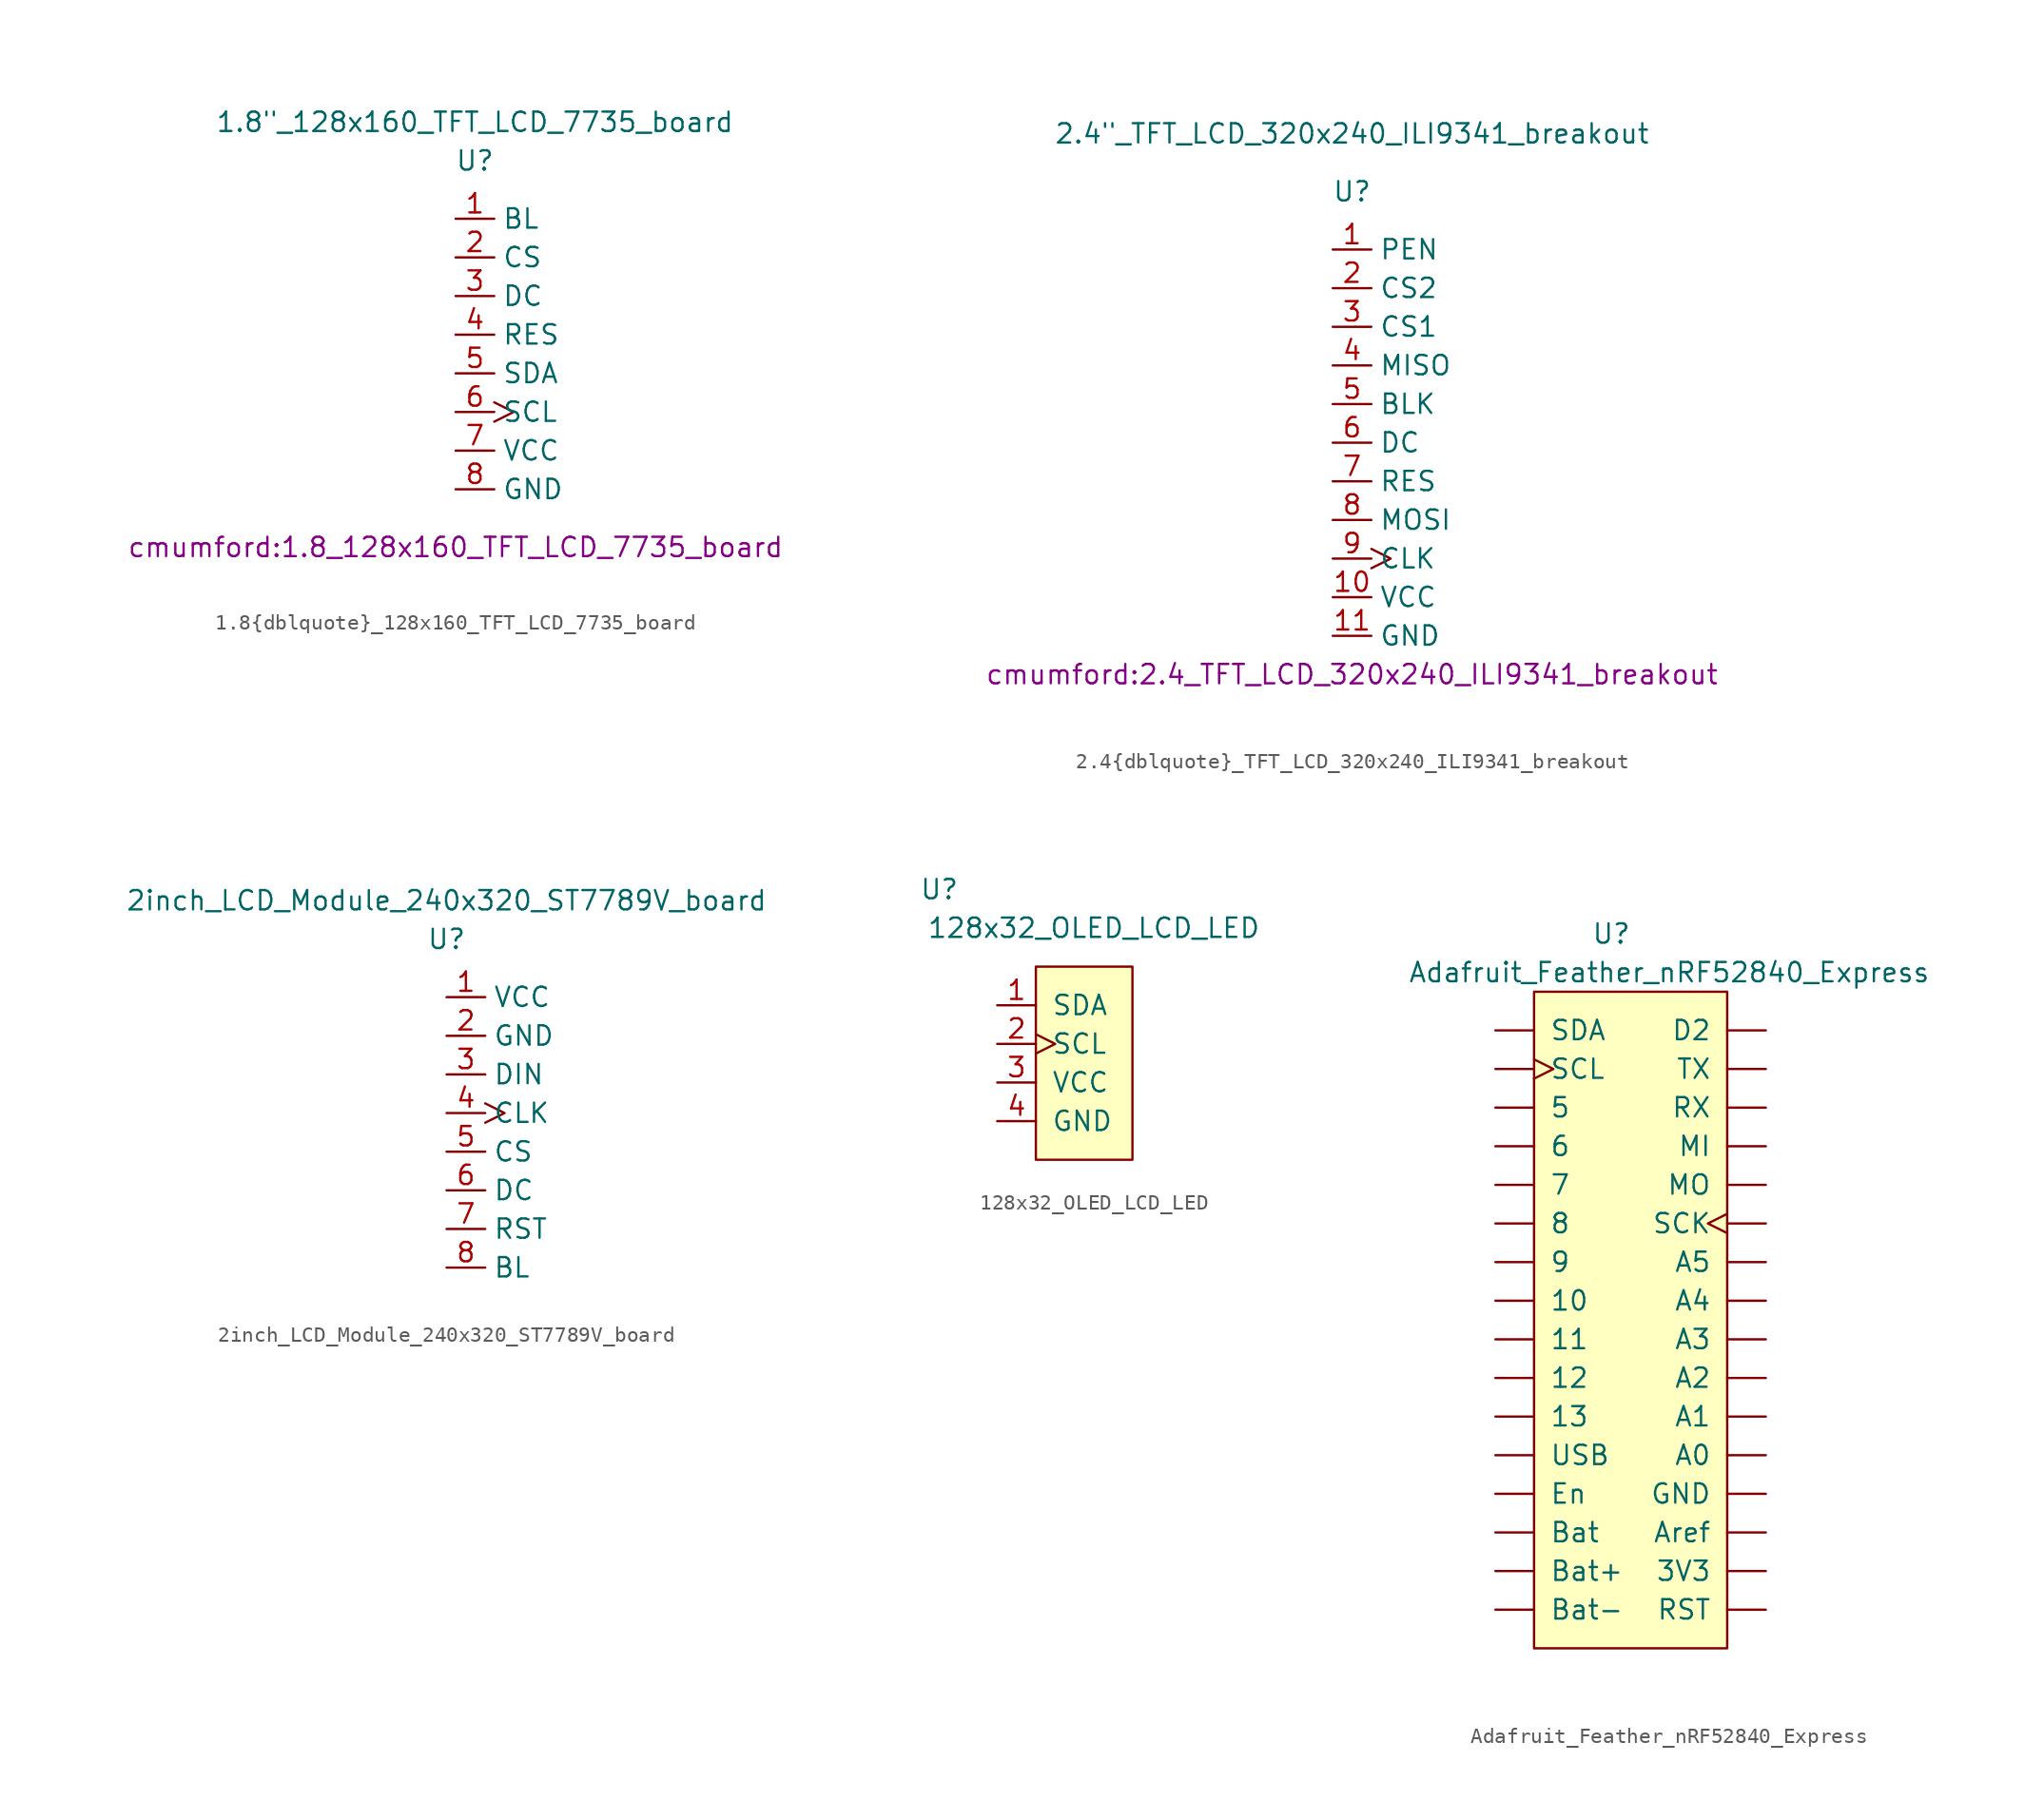
<source format=kicad_sym>
(kicad_symbol_lib
  (version 20211014)
  (generator kicad_symbol_editor)
  (symbol "1.8{dblquote}_128x160_TFT_LCD_7735_board"
    (property "Reference" "U"
      (at 1.27 11.43 0)
      (effects (font (size 1.27 1.27))))
    (property "Value" "1.8{dblquote}_128x160_TFT_LCD_7735_board"
      (at 1.27 13.97 0)
      (effects (font (size 1.27 1.27))))
    (property "Footprint" "cmumford:1.8_128x160_TFT_LCD_7735_board"
      (at 0 -13.97 0)
      (effects (font (size 1.27 1.27))))
    (symbol "1.8{dblquote}_128x160_TFT_LCD_7735_board_0_0"
      (pin passive line (at 0 7.62 0) (length 2.54) (name "BL" (effects (font (size 1.27 1.27)))) (number "1" (effects (font (size 1.27 1.27)))))
      (pin input line (at 0 5.08 0) (length 2.54) (name "CS" (effects (font (size 1.27 1.27)))) (number "2" (effects (font (size 1.27 1.27)))))
      (pin input line (at 0 2.54 0) (length 2.54) (name "DC" (effects (font (size 1.27 1.27)))) (number "3" (effects (font (size 1.27 1.27)))))
      (pin input line (at 0 0 0) (length 2.54) (name "RES" (effects (font (size 1.27 1.27)))) (number "4" (effects (font (size 1.27 1.27)))))
      (pin bidirectional line (at 0 -2.54 0) (length 2.54) (name "SDA" (effects (font (size 1.27 1.27)))) (number "5" (effects (font (size 1.27 1.27)))))
      (pin input clock (at 0 -5.08 0) (length 2.54) (name "SCL" (effects (font (size 1.27 1.27)))) (number "6" (effects (font (size 1.27 1.27)))))
      (pin power_in line (at 0 -7.62 0) (length 2.54) (name "VCC" (effects (font (size 1.27 1.27)))) (number "7" (effects (font (size 1.27 1.27)))))
      (pin power_in line (at 0 -10.16 0) (length 2.54) (name "GND" (effects (font (size 1.27 1.27)))) (number "8" (effects (font (size 1.27 1.27)))))))
  (symbol "2.4{dblquote}_TFT_LCD_320x240_ILI9341_breakout"
    (property "Reference" "U"
      (at 0 16.51 0)
      (effects (font (size 1.27 1.27))))
    (property "Value" "2.4{dblquote}_TFT_LCD_320x240_ILI9341_breakout"
      (at 0 20.32 0)
      (effects (font (size 1.27 1.27))))
    (property "Footprint" "cmumford:2.4_TFT_LCD_320x240_ILI9341_breakout"
      (at 0 -15.24 0)
      (effects (font (size 1.27 1.27))))
    (symbol "2.4{dblquote}_TFT_LCD_320x240_ILI9341_breakout_0_0"
      (pin passive line (at -1.27 12.7 0) (length 2.54) (name "PEN" (effects (font (size 1.27 1.27)))) (number "1" (effects (font (size 1.27 1.27)))))
      (pin power_in line (at -1.27 -10.16 0) (length 2.54) (name "VCC" (effects (font (size 1.27 1.27)))) (number "10" (effects (font (size 1.27 1.27)))))
      (pin power_in line (at -1.27 -12.7 0) (length 2.54) (name "GND" (effects (font (size 1.27 1.27)))) (number "11" (effects (font (size 1.27 1.27)))))
      (pin input line (at -1.27 10.16 0) (length 2.54) (name "CS2" (effects (font (size 1.27 1.27)))) (number "2" (effects (font (size 1.27 1.27)))))
      (pin input line (at -1.27 7.62 0) (length 2.54) (name "CS1" (effects (font (size 1.27 1.27)))) (number "3" (effects (font (size 1.27 1.27)))))
      (pin output line (at -1.27 5.08 0) (length 2.54) (name "MISO" (effects (font (size 1.27 1.27)))) (number "4" (effects (font (size 1.27 1.27)))))
      (pin input line (at -1.27 2.54 0) (length 2.54) (name "BLK" (effects (font (size 1.27 1.27)))) (number "5" (effects (font (size 1.27 1.27)))))
      (pin input line (at -1.27 0 0) (length 2.54) (name "DC" (effects (font (size 1.27 1.27)))) (number "6" (effects (font (size 1.27 1.27)))))
      (pin input line (at -1.27 -2.54 0) (length 2.54) (name "RES" (effects (font (size 1.27 1.27)))) (number "7" (effects (font (size 1.27 1.27)))))
      (pin input line (at -1.27 -5.08 0) (length 2.54) (name "MOSI" (effects (font (size 1.27 1.27)))) (number "8" (effects (font (size 1.27 1.27)))))
      (pin input clock (at -1.27 -7.62 0) (length 2.54) (name "CLK" (effects (font (size 1.27 1.27)))) (number "9" (effects (font (size 1.27 1.27)))))))
  (symbol "2inch_LCD_Module_240x320_ST7789V_board"
    (property "Reference" "U"
      (at 0 3.81 0)
      (effects (font (size 1.27 1.27))))
    (property "Value" "2inch_LCD_Module_240x320_ST7789V_board"
      (at 0 6.35 0)
      (effects (font (size 1.27 1.27))))
    (symbol "2inch_LCD_Module_240x320_ST7789V_board_0_0"
      (pin power_in line (at 0 0 0) (length 2.54) (name "VCC" (effects (font (size 1.27 1.27)))) (number "1" (effects (font (size 1.27 1.27)))))
      (pin power_in line (at 0 -2.54 0) (length 2.54) (name "GND" (effects (font (size 1.27 1.27)))) (number "2" (effects (font (size 1.27 1.27)))))
      (pin input line (at 0 -5.08 0) (length 2.54) (name "DIN" (effects (font (size 1.27 1.27)))) (number "3" (effects (font (size 1.27 1.27)))))
      (pin input clock (at 0 -7.62 0) (length 2.54) (name "CLK" (effects (font (size 1.27 1.27)))) (number "4" (effects (font (size 1.27 1.27)))))
      (pin input line (at 0 -10.16 0) (length 2.54) (name "CS" (effects (font (size 1.27 1.27)))) (number "5" (effects (font (size 1.27 1.27)))))
      (pin input line (at 0 -12.7 0) (length 2.54) (name "DC" (effects (font (size 1.27 1.27)))) (number "6" (effects (font (size 1.27 1.27)))))
      (pin input line (at 0 -15.24 0) (length 2.54) (name "RST" (effects (font (size 1.27 1.27)))) (number "7" (effects (font (size 1.27 1.27)))))
      (pin input line (at 0 -17.78 0) (length 2.54) (name "BL" (effects (font (size 1.27 1.27)))) (number "8" (effects (font (size 1.27 1.27)))))))
  (symbol "128x32_OLED_LCD_LED"
    (pin_names
      (offset 1.016))
    (property "Reference" "U"
      (at -8.89 11.43 0)
      (effects (font (size 1.27 1.27))))
    (property "Value" "128x32_OLED_LCD_LED"
      (at 1.27 8.89 0)
      (effects (font (size 1.27 1.27))))
    (symbol "128x32_OLED_LCD_LED_0_1"
      (rectangle (start -2.54 6.35) (end 3.81 -6.35) (stroke (width 0) (type default) (color 0 0 0 0)) (fill (type background))))
    (symbol "128x32_OLED_LCD_LED_1_1"
      (pin bidirectional line (at -5.08 3.81 0) (length 2.54) (name "SDA" (effects (font (size 1.27 1.27)))) (number "1" (effects (font (size 1.27 1.27)))))
      (pin input clock (at -5.08 1.27 0) (length 2.54) (name "SCL" (effects (font (size 1.27 1.27)))) (number "2" (effects (font (size 1.27 1.27)))))
      (pin power_in line (at -5.08 -1.27 0) (length 2.54) (name "VCC" (effects (font (size 1.27 1.27)))) (number "3" (effects (font (size 1.27 1.27)))))
      (pin power_in line (at -5.08 -3.81 0) (length 2.54) (name "GND" (effects (font (size 1.27 1.27)))) (number "4" (effects (font (size 1.27 1.27)))))))
  (symbol "Adafruit_Feather_nRF52840_Express"
    (pin_numbers hide)
    (pin_names
      (offset 1.016))
    (property "Reference" "U"
      (at -1.27 24.13 0)
      (effects (font (size 1.27 1.27))))
    (property "Value" "Adafruit_Feather_nRF52840_Express"
      (at 2.54 21.59 0)
      (effects (font (size 1.27 1.27))))
    (symbol "Adafruit_Feather_nRF52840_Express_0_1"
      (rectangle (start -6.35 20.32) (end 6.35 -22.86) (stroke (width 0) (type default) (color 0 0 0 0)) (fill (type background))))
    (symbol "Adafruit_Feather_nRF52840_Express_1_1"
      (pin bidirectional line (at -8.89 17.78 0) (length 2.54) (name "SDA" (effects (font (size 1.27 1.27)))) (number "1" (effects (font (size 1.27 1.27)))))
      (pin bidirectional line (at -8.89 -5.08 0) (length 2.54) (name "12" (effects (font (size 1.27 1.27)))) (number "10" (effects (font (size 1.27 1.27)))))
      (pin bidirectional line (at -8.89 -7.62 0) (length 2.54) (name "13" (effects (font (size 1.27 1.27)))) (number "11" (effects (font (size 1.27 1.27)))))
      (pin bidirectional line (at -8.89 -10.16 0) (length 2.54) (name "USB" (effects (font (size 1.27 1.27)))) (number "12" (effects (font (size 1.27 1.27)))))
      (pin bidirectional line (at -8.89 -12.7 0) (length 2.54) (name "En" (effects (font (size 1.27 1.27)))) (number "13" (effects (font (size 1.27 1.27)))))
      (pin bidirectional line (at -8.89 -15.24 0) (length 2.54) (name "Bat" (effects (font (size 1.27 1.27)))) (number "14" (effects (font (size 1.27 1.27)))))
      (pin bidirectional line (at -8.89 -17.78 0) (length 2.54) (name "Bat+" (effects (font (size 1.27 1.27)))) (number "15" (effects (font (size 1.27 1.27)))))
      (pin bidirectional line (at -8.89 -20.32 0) (length 2.54) (name "Bat-" (effects (font (size 1.27 1.27)))) (number "16" (effects (font (size 1.27 1.27)))))
      (pin input line (at 8.89 -20.32 180) (length 2.54) (name "RST" (effects (font (size 1.27 1.27)))) (number "17" (effects (font (size 1.27 1.27)))))
      (pin power_out line (at 8.89 -17.78 180) (length 2.54) (name "3V3" (effects (font (size 1.27 1.27)))) (number "18" (effects (font (size 1.27 1.27)))))
      (pin bidirectional line (at 8.89 -15.24 180) (length 2.54) (name "Aref" (effects (font (size 1.27 1.27)))) (number "19" (effects (font (size 1.27 1.27)))))
      (pin output clock (at -8.89 15.24 0) (length 2.54) (name "SCL" (effects (font (size 1.27 1.27)))) (number "2" (effects (font (size 1.27 1.27)))))
      (pin power_out line (at 8.89 -12.7 180) (length 2.54) (name "GND" (effects (font (size 1.27 1.27)))) (number "20" (effects (font (size 1.27 1.27)))))
      (pin bidirectional line (at 8.89 -10.16 180) (length 2.54) (name "A0" (effects (font (size 1.27 1.27)))) (number "21" (effects (font (size 1.27 1.27)))))
      (pin bidirectional line (at 8.89 -7.62 180) (length 2.54) (name "A1" (effects (font (size 1.27 1.27)))) (number "22" (effects (font (size 1.27 1.27)))))
      (pin bidirectional line (at 8.89 -5.08 180) (length 2.54) (name "A2" (effects (font (size 1.27 1.27)))) (number "23" (effects (font (size 1.27 1.27)))))
      (pin bidirectional line (at 8.89 -2.54 180) (length 2.54) (name "A3" (effects (font (size 1.27 1.27)))) (number "24" (effects (font (size 1.27 1.27)))))
      (pin bidirectional line (at 8.89 0 180) (length 2.54) (name "A4" (effects (font (size 1.27 1.27)))) (number "25" (effects (font (size 1.27 1.27)))))
      (pin bidirectional line (at 8.89 2.54 180) (length 2.54) (name "A5" (effects (font (size 1.27 1.27)))) (number "26" (effects (font (size 1.27 1.27)))))
      (pin output clock (at 8.89 5.08 180) (length 2.54) (name "SCK" (effects (font (size 1.27 1.27)))) (number "27" (effects (font (size 1.27 1.27)))))
      (pin output line (at 8.89 7.62 180) (length 2.54) (name "MO" (effects (font (size 1.27 1.27)))) (number "28" (effects (font (size 1.27 1.27)))))
      (pin input line (at 8.89 10.16 180) (length 2.54) (name "MI" (effects (font (size 1.27 1.27)))) (number "29" (effects (font (size 1.27 1.27)))))
      (pin bidirectional line (at -8.89 12.7 0) (length 2.54) (name "5" (effects (font (size 1.27 1.27)))) (number "3" (effects (font (size 1.27 1.27)))))
      (pin input line (at 8.89 12.7 180) (length 2.54) (name "RX" (effects (font (size 1.27 1.27)))) (number "30" (effects (font (size 1.27 1.27)))))
      (pin output line (at 8.89 15.24 180) (length 2.54) (name "TX" (effects (font (size 1.27 1.27)))) (number "31" (effects (font (size 1.27 1.27)))))
      (pin bidirectional line (at 8.89 17.78 180) (length 2.54) (name "D2" (effects (font (size 1.27 1.27)))) (number "32" (effects (font (size 1.27 1.27)))))
      (pin bidirectional line (at -8.89 10.16 0) (length 2.54) (name "6" (effects (font (size 1.27 1.27)))) (number "4" (effects (font (size 1.27 1.27)))))
      (pin bidirectional line (at -8.89 7.62 0) (length 2.54) (name "7" (effects (font (size 1.27 1.27)))) (number "5" (effects (font (size 1.27 1.27)))))
      (pin bidirectional line (at -8.89 5.08 0) (length 2.54) (name "8" (effects (font (size 1.27 1.27)))) (number "6" (effects (font (size 1.27 1.27)))))
      (pin bidirectional line (at -8.89 2.54 0) (length 2.54) (name "9" (effects (font (size 1.27 1.27)))) (number "7" (effects (font (size 1.27 1.27)))))
      (pin bidirectional line (at -8.89 0 0) (length 2.54) (name "10" (effects (font (size 1.27 1.27)))) (number "8" (effects (font (size 1.27 1.27)))))
      (pin bidirectional line (at -8.89 -2.54 0) (length 2.54) (name "11" (effects (font (size 1.27 1.27)))) (number "9" (effects (font (size 1.27 1.27))))))))
</source>
